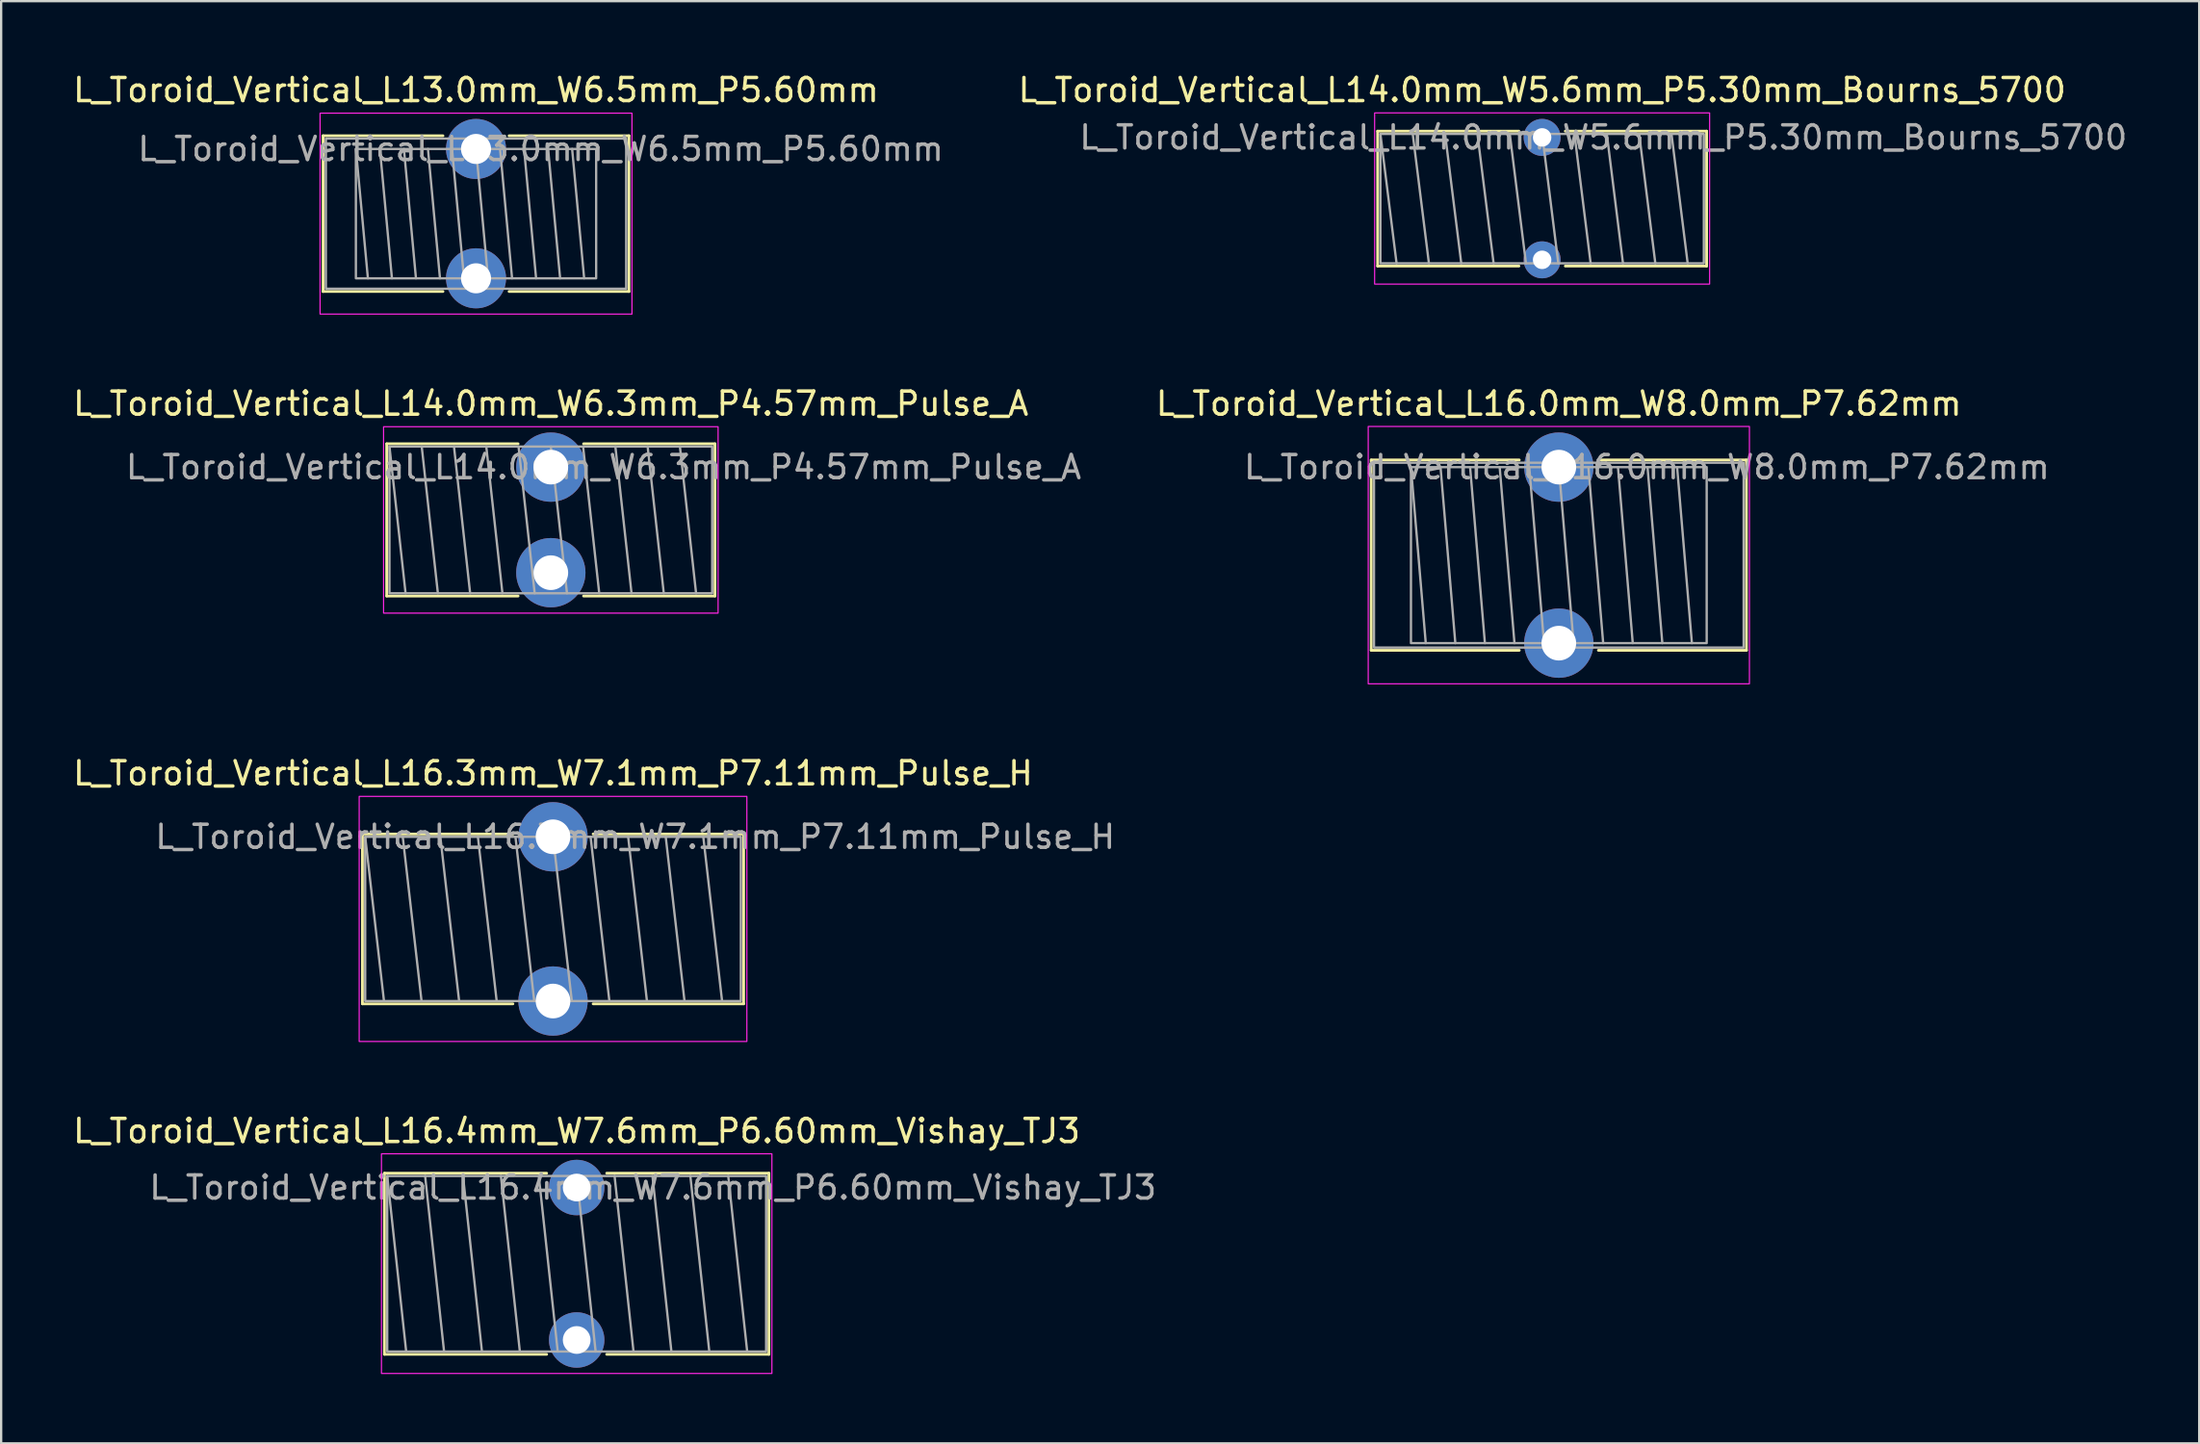
<source format=kicad_pcb>
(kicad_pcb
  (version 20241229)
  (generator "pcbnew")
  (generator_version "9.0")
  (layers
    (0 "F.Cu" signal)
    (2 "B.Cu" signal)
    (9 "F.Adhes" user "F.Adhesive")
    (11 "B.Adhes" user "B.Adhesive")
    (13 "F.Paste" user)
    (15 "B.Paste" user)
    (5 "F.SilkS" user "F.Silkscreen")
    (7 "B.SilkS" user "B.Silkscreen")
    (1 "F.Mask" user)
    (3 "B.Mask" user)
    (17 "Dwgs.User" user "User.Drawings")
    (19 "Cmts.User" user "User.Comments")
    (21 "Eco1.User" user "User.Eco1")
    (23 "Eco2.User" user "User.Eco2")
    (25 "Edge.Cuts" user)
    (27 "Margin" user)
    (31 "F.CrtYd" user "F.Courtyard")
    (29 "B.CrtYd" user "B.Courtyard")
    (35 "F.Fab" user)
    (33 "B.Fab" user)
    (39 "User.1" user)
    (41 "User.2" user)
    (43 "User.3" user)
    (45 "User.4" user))
  (footprint "L_Toroid_Vertical_L16.3mm_W7.1mm_P7.11mm_Pulse_H"
    (layer "F.Cu")
    (at 20.887 33.175)
    (property "Reference" "L_Toroid_Vertical_L16.3mm_W7.1mm_P7.11mm_Pulse_H" (at 0 -2.75 0) (layer "F.SilkS") (effects (font (size 1 1) (thickness 0.15))))
    (attr through_hole)
    (fp_line (start -8.25 -0.12) (end -1.736 -0.12) (stroke (width 0.12) (type solid)) (layer "F.SilkS"))
    (fp_line (start -8.25 7.23) (end -8.25 -0.12) (stroke (width 0.12) (type solid)) (layer "F.SilkS"))
    (fp_line (start -1.736 7.23) (end -8.25 7.23) (stroke (width 0.12) (type solid)) (layer "F.SilkS"))
    (fp_line (start 1.736 -0.12) (end 8.25 -0.12) (stroke (width 0.12) (type solid)) (layer "F.SilkS"))
    (fp_line (start 8.25 -0.12) (end 8.25 7.23) (stroke (width 0.12) (type solid)) (layer "F.SilkS"))
    (fp_line (start 8.25 7.23) (end 1.736 7.23) (stroke (width 0.12) (type solid)) (layer "F.SilkS"))
    (fp_rect (start -8.39 -1.75) (end 8.39 8.86) (stroke (width 0.05) (type solid)) (fill no) (layer "F.CrtYd"))
    (fp_line (start -8.13 0) (end -7.317 7.11) (stroke (width 0.1) (type solid)) (layer "F.Fab"))
    (fp_line (start -6.504 0) (end -5.691 7.11) (stroke (width 0.1) (type solid)) (layer "F.Fab"))
    (fp_line (start -4.878 0) (end -4.065 7.11) (stroke (width 0.1) (type solid)) (layer "F.Fab"))
    (fp_line (start -3.252 0) (end -2.439 7.11) (stroke (width 0.1) (type solid)) (layer "F.Fab"))
    (fp_line (start -1.626 0) (end -0.813 7.11) (stroke (width 0.1) (type solid)) (layer "F.Fab"))
    (fp_line (start 0 0) (end 0.813 7.11) (stroke (width 0.1) (type solid)) (layer "F.Fab"))
    (fp_line (start 1.626 0) (end 2.439 7.11) (stroke (width 0.1) (type solid)) (layer "F.Fab"))
    (fp_line (start 3.252 0) (end 4.065 7.11) (stroke (width 0.1) (type solid)) (layer "F.Fab"))
    (fp_line (start 4.878 0) (end 5.691 7.11) (stroke (width 0.1) (type solid)) (layer "F.Fab"))
    (fp_line (start 6.504 0) (end 7.317 7.11) (stroke (width 0.1) (type solid)) (layer "F.Fab"))
    (fp_rect (start -8.13 0) (end 8.13 7.11) (stroke (width 0.1) (type solid)) (fill no) (layer "F.Fab"))
    (fp_text user "${REFERENCE}" (at 3.555 0 0) (layer "F.Fab") (effects (font (size 1 1) (thickness 0.15))))
    (pad "1" thru_hole circle (at 0 0) (size 3 3) (drill 1.5) (layers "*.Cu" "*.Mask"))
    (pad "2" thru_hole circle (at 0 7.11) (size 3 3) (drill 1.5) (layers "*.Cu" "*.Mask")))
  (footprint "L_Toroid_Vertical_L16.0mm_W8.0mm_P7.62mm"
    (layer "F.Cu")
    (at 64.422 17.172)
    (property "Reference" "L_Toroid_Vertical_L16.0mm_W8.0mm_P7.62mm" (at 0 -2.75 0) (layer "F.SilkS") (effects (font (size 1 1) (thickness 0.15))))
    (attr through_hole)
    (fp_line (start -8.12 -0.31) (end -1.712 -0.31) (stroke (width 0.12) (type solid)) (layer "F.SilkS"))
    (fp_line (start -8.12 7.93) (end -8.12 -0.31) (stroke (width 0.12) (type solid)) (layer "F.SilkS"))
    (fp_line (start -1.712 7.93) (end -8.12 7.93) (stroke (width 0.12) (type solid)) (layer "F.SilkS"))
    (fp_line (start 1.712 -0.31) (end 8.12 -0.31) (stroke (width 0.12) (type solid)) (layer "F.SilkS"))
    (fp_line (start 8.12 -0.31) (end 8.12 7.93) (stroke (width 0.12) (type solid)) (layer "F.SilkS"))
    (fp_line (start 8.12 7.93) (end 1.712 7.93) (stroke (width 0.12) (type solid)) (layer "F.SilkS"))
    (fp_rect (start -8.25 -1.76) (end 8.25 9.38) (stroke (width 0.05) (type solid)) (fill no) (layer "F.CrtYd"))
    (fp_line (start -6.4 0) (end -5.76 7.62) (stroke (width 0.1) (type solid)) (layer "F.Fab"))
    (fp_line (start -5.12 0) (end -4.48 7.62) (stroke (width 0.1) (type solid)) (layer "F.Fab"))
    (fp_line (start -3.84 0) (end -3.2 7.62) (stroke (width 0.1) (type solid)) (layer "F.Fab"))
    (fp_line (start -2.56 0) (end -1.92 7.62) (stroke (width 0.1) (type solid)) (layer "F.Fab"))
    (fp_line (start -1.28 0) (end -0.64 7.62) (stroke (width 0.1) (type solid)) (layer "F.Fab"))
    (fp_line (start 0 0) (end 0.64 7.62) (stroke (width 0.1) (type solid)) (layer "F.Fab"))
    (fp_line (start 1.28 0) (end 1.92 7.62) (stroke (width 0.1) (type solid)) (layer "F.Fab"))
    (fp_line (start 2.56 0) (end 3.2 7.62) (stroke (width 0.1) (type solid)) (layer "F.Fab"))
    (fp_line (start 3.84 0) (end 4.48 7.62) (stroke (width 0.1) (type solid)) (layer "F.Fab"))
    (fp_line (start 5.12 0) (end 5.76 7.62) (stroke (width 0.1) (type solid)) (layer "F.Fab"))
    (fp_rect (start -8 -0.19) (end 8 7.81) (stroke (width 0.1) (type solid)) (fill no) (layer "F.Fab"))
    (fp_rect (start -6.4 0) (end 6.4 7.62) (stroke (width 0.1) (type solid)) (fill no) (layer "F.Fab"))
    (fp_text user "${REFERENCE}" (at 3.81 0 0) (layer "F.Fab") (effects (font (size 1 1) (thickness 0.15))))
    (pad "1" thru_hole circle (at 0 0) (size 3 3) (drill 1.5) (layers "*.Cu" "*.Mask"))
    (pad "2" thru_hole circle (at 0 7.62) (size 3 3) (drill 1.5) (layers "*.Cu" "*.Mask")))
  (footprint "L_Toroid_Vertical_L14.0mm_W6.3mm_P4.57mm_Pulse_A"
    (layer "F.Cu")
    (at 20.792 17.172)
    (property "Reference" "L_Toroid_Vertical_L14.0mm_W6.3mm_P4.57mm_Pulse_A" (at 0 -2.75 0) (layer "F.SilkS") (effects (font (size 1 1) (thickness 0.15))))
    (attr through_hole)
    (fp_line (start -7.105 -1.01) (end -1.417 -1.01) (stroke (width 0.12) (type solid)) (layer "F.SilkS"))
    (fp_line (start -7.105 5.58) (end -7.105 -1.01) (stroke (width 0.12) (type solid)) (layer "F.SilkS"))
    (fp_line (start -1.417 5.58) (end -7.105 5.58) (stroke (width 0.12) (type solid)) (layer "F.SilkS"))
    (fp_line (start 1.417 -1.01) (end 7.105 -1.01) (stroke (width 0.12) (type solid)) (layer "F.SilkS"))
    (fp_line (start 7.105 -1.01) (end 7.105 5.58) (stroke (width 0.12) (type solid)) (layer "F.SilkS"))
    (fp_line (start 7.105 5.58) (end 1.417 5.58) (stroke (width 0.12) (type solid)) (layer "F.SilkS"))
    (fp_rect (start -7.24 -1.75) (end 7.24 6.32) (stroke (width 0.05) (type solid)) (fill no) (layer "F.CrtYd"))
    (fp_line (start -6.985 -0.89) (end -6.287 5.46) (stroke (width 0.1) (type solid)) (layer "F.Fab"))
    (fp_line (start -5.588 -0.89) (end -4.889 5.46) (stroke (width 0.1) (type solid)) (layer "F.Fab"))
    (fp_line (start -4.191 -0.89) (end -3.493 5.46) (stroke (width 0.1) (type solid)) (layer "F.Fab"))
    (fp_line (start -2.794 -0.89) (end -2.095 5.46) (stroke (width 0.1) (type solid)) (layer "F.Fab"))
    (fp_line (start -1.397 -0.89) (end -0.699 5.46) (stroke (width 0.1) (type solid)) (layer "F.Fab"))
    (fp_line (start 0 -0.89) (end 0.699 5.46) (stroke (width 0.1) (type solid)) (layer "F.Fab"))
    (fp_line (start 1.397 -0.89) (end 2.095 5.46) (stroke (width 0.1) (type solid)) (layer "F.Fab"))
    (fp_line (start 2.794 -0.89) (end 3.493 5.46) (stroke (width 0.1) (type solid)) (layer "F.Fab"))
    (fp_line (start 4.191 -0.89) (end 4.889 5.46) (stroke (width 0.1) (type solid)) (layer "F.Fab"))
    (fp_line (start 5.588 -0.89) (end 6.287 5.46) (stroke (width 0.1) (type solid)) (layer "F.Fab"))
    (fp_rect (start -6.985 -0.89) (end 6.985 5.46) (stroke (width 0.1) (type solid)) (fill no) (layer "F.Fab"))
    (fp_text user "${REFERENCE}" (at 2.285 0 0) (layer "F.Fab") (effects (font (size 1 1) (thickness 0.15))))
    (pad "1" thru_hole circle (at 0 0) (size 3 3) (drill 1.5) (layers "*.Cu" "*.Mask"))
    (pad "2" thru_hole circle (at 0 4.57) (size 3 3) (drill 1.5) (layers "*.Cu" "*.Mask")))
  (footprint "L_Toroid_Vertical_L14.0mm_W5.6mm_P5.30mm_Bourns_5700"
    (layer "F.Cu")
    (at 63.699 2.898)
    (property "Reference" "L_Toroid_Vertical_L14.0mm_W5.6mm_P5.30mm_Bourns_5700" (at 0 -2.05 0) (layer "F.SilkS") (effects (font (size 1 1) (thickness 0.15))))
    (attr through_hole)
    (fp_line (start -7.12 -0.27) (end -1.004 -0.27) (stroke (width 0.12) (type solid)) (layer "F.SilkS"))
    (fp_line (start -7.12 5.57) (end -7.12 -0.27) (stroke (width 0.12) (type solid)) (layer "F.SilkS"))
    (fp_line (start -1.004 5.57) (end -7.12 5.57) (stroke (width 0.12) (type solid)) (layer "F.SilkS"))
    (fp_line (start 1.004 -0.27) (end 7.12 -0.27) (stroke (width 0.12) (type solid)) (layer "F.SilkS"))
    (fp_line (start 7.12 -0.27) (end 7.12 5.57) (stroke (width 0.12) (type solid)) (layer "F.SilkS"))
    (fp_line (start 7.12 5.57) (end 1.004 5.57) (stroke (width 0.12) (type solid)) (layer "F.SilkS"))
    (fp_rect (start -7.25 -1.06) (end 7.25 6.35) (stroke (width 0.05) (type solid)) (fill no) (layer "F.CrtYd"))
    (fp_line (start -7 -0.15) (end -6.3 5.45) (stroke (width 0.1) (type solid)) (layer "F.Fab"))
    (fp_line (start -5.6 -0.15) (end -4.9 5.45) (stroke (width 0.1) (type solid)) (layer "F.Fab"))
    (fp_line (start -4.2 -0.15) (end -3.5 5.45) (stroke (width 0.1) (type solid)) (layer "F.Fab"))
    (fp_line (start -2.8 -0.15) (end -2.1 5.45) (stroke (width 0.1) (type solid)) (layer "F.Fab"))
    (fp_line (start -1.4 -0.15) (end -0.7 5.45) (stroke (width 0.1) (type solid)) (layer "F.Fab"))
    (fp_line (start 0 -0.15) (end 0.7 5.45) (stroke (width 0.1) (type solid)) (layer "F.Fab"))
    (fp_line (start 1.4 -0.15) (end 2.1 5.45) (stroke (width 0.1) (type solid)) (layer "F.Fab"))
    (fp_line (start 2.8 -0.15) (end 3.5 5.45) (stroke (width 0.1) (type solid)) (layer "F.Fab"))
    (fp_line (start 4.2 -0.15) (end 4.9 5.45) (stroke (width 0.1) (type solid)) (layer "F.Fab"))
    (fp_line (start 5.6 -0.15) (end 6.3 5.45) (stroke (width 0.1) (type solid)) (layer "F.Fab"))
    (fp_rect (start -7 -0.15) (end 7 5.45) (stroke (width 0.1) (type solid)) (fill no) (layer "F.Fab"))
    (fp_text user "${REFERENCE}" (at 2.65 0 0) (layer "F.Fab") (effects (font (size 1 1) (thickness 0.15))))
    (pad "1" thru_hole circle (at 0 0) (size 1.6 1.6) (drill 0.8) (layers "*.Cu" "*.Mask"))
    (pad "2" thru_hole circle (at 0 5.3) (size 1.6 1.6) (drill 0.8) (layers "*.Cu" "*.Mask")))
  (footprint "L_Toroid_Vertical_L13.0mm_W6.5mm_P5.60mm"
    (layer "F.Cu")
    (at 17.554 3.398)
    (property "Reference" "L_Toroid_Vertical_L13.0mm_W6.5mm_P5.60mm" (at 0 -2.55 0) (layer "F.SilkS") (effects (font (size 1 1) (thickness 0.15))))
    (attr through_hole)
    (fp_line (start -6.62 -0.57) (end -1.431 -0.57) (stroke (width 0.12) (type solid)) (layer "F.SilkS"))
    (fp_line (start -6.62 6.17) (end -6.62 -0.57) (stroke (width 0.12) (type solid)) (layer "F.SilkS"))
    (fp_line (start -1.431 6.17) (end -6.62 6.17) (stroke (width 0.12) (type solid)) (layer "F.SilkS"))
    (fp_line (start 1.431 -0.57) (end 6.62 -0.57) (stroke (width 0.12) (type solid)) (layer "F.SilkS"))
    (fp_line (start 6.62 -0.57) (end 6.62 6.17) (stroke (width 0.12) (type solid)) (layer "F.SilkS"))
    (fp_line (start 6.62 6.17) (end 1.431 6.17) (stroke (width 0.12) (type solid)) (layer "F.SilkS"))
    (fp_rect (start -6.75 -1.55) (end 6.75 7.15) (stroke (width 0.05) (type solid)) (fill no) (layer "F.CrtYd"))
    (fp_line (start -5.2 0) (end -4.68 5.6) (stroke (width 0.1) (type solid)) (layer "F.Fab"))
    (fp_line (start -4.16 0) (end -3.64 5.6) (stroke (width 0.1) (type solid)) (layer "F.Fab"))
    (fp_line (start -3.12 0) (end -2.6 5.6) (stroke (width 0.1) (type solid)) (layer "F.Fab"))
    (fp_line (start -2.08 0) (end -1.56 5.6) (stroke (width 0.1) (type solid)) (layer "F.Fab"))
    (fp_line (start -1.04 0) (end -0.52 5.6) (stroke (width 0.1) (type solid)) (layer "F.Fab"))
    (fp_line (start 0 0) (end 0.52 5.6) (stroke (width 0.1) (type solid)) (layer "F.Fab"))
    (fp_line (start 1.04 0) (end 1.56 5.6) (stroke (width 0.1) (type solid)) (layer "F.Fab"))
    (fp_line (start 2.08 0) (end 2.6 5.6) (stroke (width 0.1) (type solid)) (layer "F.Fab"))
    (fp_line (start 3.12 0) (end 3.64 5.6) (stroke (width 0.1) (type solid)) (layer "F.Fab"))
    (fp_line (start 4.16 0) (end 4.68 5.6) (stroke (width 0.1) (type solid)) (layer "F.Fab"))
    (fp_rect (start -6.5 -0.45) (end 6.5 6.05) (stroke (width 0.1) (type solid)) (fill no) (layer "F.Fab"))
    (fp_rect (start -5.2 0) (end 5.2 5.6) (stroke (width 0.1) (type solid)) (fill no) (layer "F.Fab"))
    (fp_text user "${REFERENCE}" (at 2.8 0 0) (layer "F.Fab") (effects (font (size 1 1) (thickness 0.15))))
    (pad "1" thru_hole circle (at 0 0) (size 2.6 2.6) (drill 1.3) (layers "*.Cu" "*.Mask"))
    (pad "2" thru_hole circle (at 0 5.6) (size 2.6 2.6) (drill 1.3) (layers "*.Cu" "*.Mask")))
  (footprint "L_Toroid_Vertical_L16.4mm_W7.6mm_P6.60mm_Vishay_TJ3"
    (layer "F.Cu")
    (at 21.911 48.358)
    (property "Reference" "L_Toroid_Vertical_L16.4mm_W7.6mm_P6.60mm_Vishay_TJ3" (at 0 -2.45 0) (layer "F.SilkS") (effects (font (size 1 1) (thickness 0.15))))
    (attr through_hole)
    (fp_line (start -8.32 -0.62) (end -1.3 -0.62) (stroke (width 0.12) (type solid)) (layer "F.SilkS"))
    (fp_line (start -8.32 7.22) (end -8.32 -0.62) (stroke (width 0.12) (type solid)) (layer "F.SilkS"))
    (fp_line (start -1.3 7.22) (end -8.32 7.22) (stroke (width 0.12) (type solid)) (layer "F.SilkS"))
    (fp_line (start 1.3 -0.62) (end 8.32 -0.62) (stroke (width 0.12) (type solid)) (layer "F.SilkS"))
    (fp_line (start 8.32 -0.62) (end 8.32 7.22) (stroke (width 0.12) (type solid)) (layer "F.SilkS"))
    (fp_line (start 8.32 7.22) (end 1.3 7.22) (stroke (width 0.12) (type solid)) (layer "F.SilkS"))
    (fp_rect (start -8.45 -1.46) (end 8.45 8.05) (stroke (width 0.05) (type solid)) (fill no) (layer "F.CrtYd"))
    (fp_line (start -8.2 -0.5) (end -7.38 7.1) (stroke (width 0.1) (type solid)) (layer "F.Fab"))
    (fp_line (start -6.56 -0.5) (end -5.74 7.1) (stroke (width 0.1) (type solid)) (layer "F.Fab"))
    (fp_line (start -4.92 -0.5) (end -4.1 7.1) (stroke (width 0.1) (type solid)) (layer "F.Fab"))
    (fp_line (start -3.28 -0.5) (end -2.46 7.1) (stroke (width 0.1) (type solid)) (layer "F.Fab"))
    (fp_line (start -1.64 -0.5) (end -0.82 7.1) (stroke (width 0.1) (type solid)) (layer "F.Fab"))
    (fp_line (start 0 -0.5) (end 0.82 7.1) (stroke (width 0.1) (type solid)) (layer "F.Fab"))
    (fp_line (start 1.64 -0.5) (end 2.46 7.1) (stroke (width 0.1) (type solid)) (layer "F.Fab"))
    (fp_line (start 3.28 -0.5) (end 4.1 7.1) (stroke (width 0.1) (type solid)) (layer "F.Fab"))
    (fp_line (start 4.92 -0.5) (end 5.74 7.1) (stroke (width 0.1) (type solid)) (layer "F.Fab"))
    (fp_line (start 6.56 -0.5) (end 7.38 7.1) (stroke (width 0.1) (type solid)) (layer "F.Fab"))
    (fp_rect (start -8.2 -0.5) (end 8.2 7.1) (stroke (width 0.1) (type solid)) (fill no) (layer "F.Fab"))
    (fp_text user "${REFERENCE}" (at 3.3 0 0) (layer "F.Fab") (effects (font (size 1 1) (thickness 0.15))))
    (pad "1" thru_hole circle (at 0 0) (size 2.4 2.4) (drill 1.2) (layers "*.Cu" "*.Mask"))
    (pad "2" thru_hole circle (at 0 6.6) (size 2.4 2.4) (drill 1.2) (layers "*.Cu" "*.Mask")))
  (gr_rect
    (start -3 -3)
    (end 92.14 59.433)
    (stroke (width 0.1) (type default))
    (fill no)
    (layer "Edge.Cuts")))
</source>
